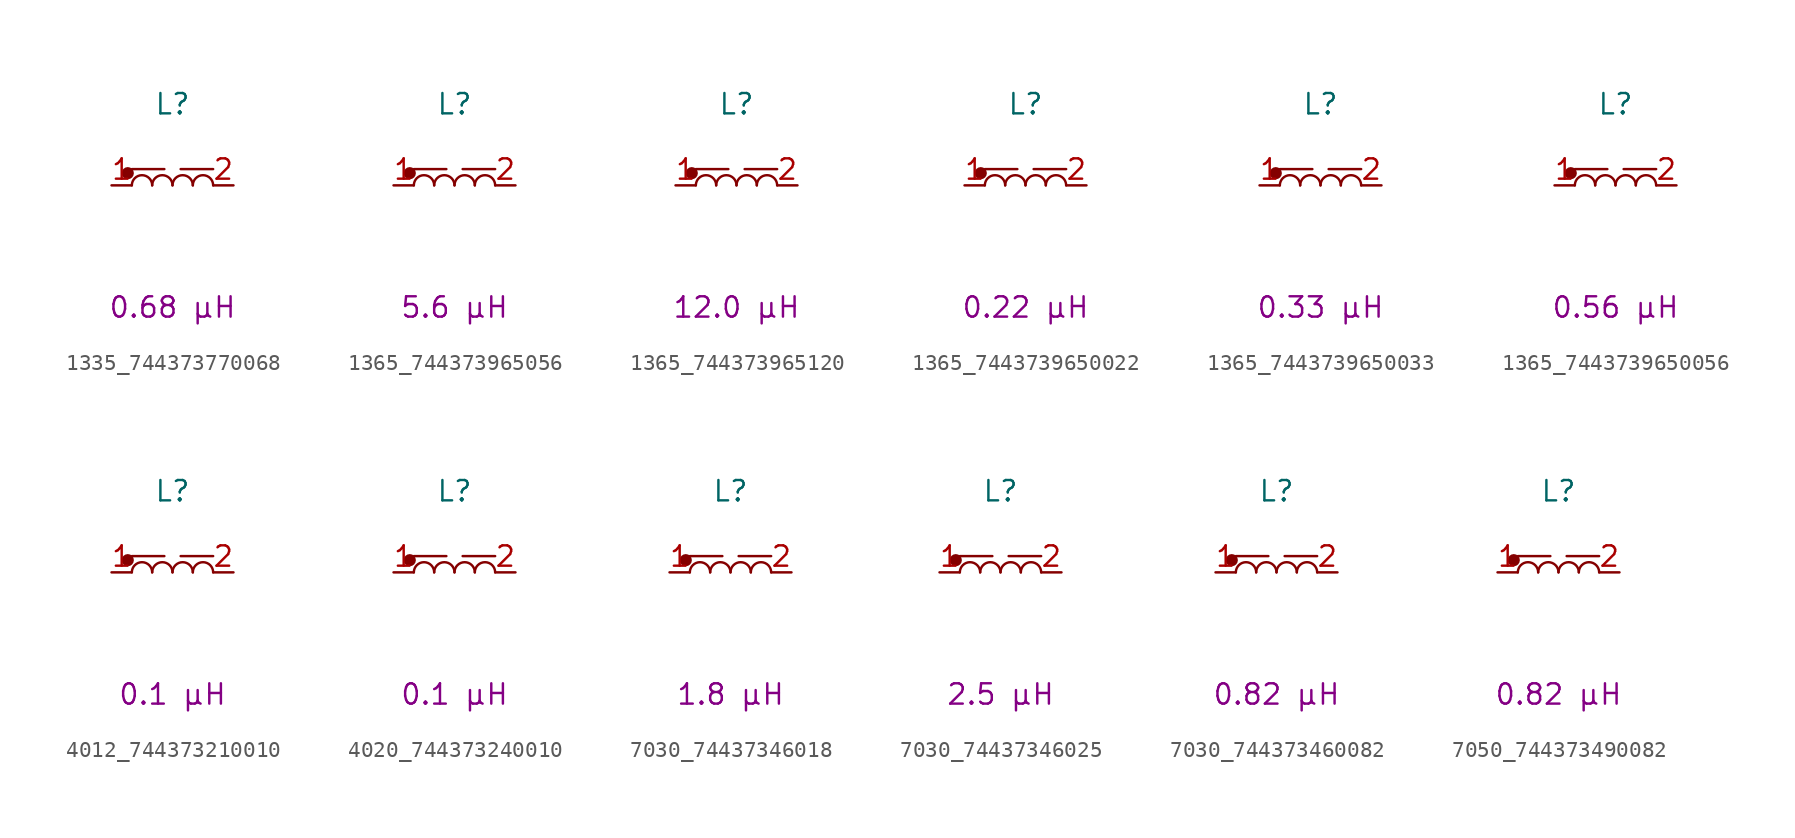
<source format=kicad_sym>
(kicad_symbol_lib
  (version 20220914)
  (generator kicad_symbol_editor)
  (symbol "1335_744373770068"
    (pin_names hide)
    (property "Reference" "L"
      (at 0 5.08 0)
      (effects (font (size 1.27 1.27))))
    (property "Critical Parameter" "0.68 µH"
      (at 0 -7.62 0)
      (effects (font (size 1.27 1.27))))
    (symbol "1335_744373770068_0_1"
      (arc (start -1.27 0) (mid -1.905 0.6323) (end -2.54 0) (stroke (width 0) (type default)) (fill (type none)))
      (arc (start 0 0) (mid -0.635 0.6323) (end -1.27 0) (stroke (width 0) (type default)) (fill (type none)))
      (polyline (pts (xy -2.54 1.016) (xy -0.508 1.016)) (stroke (width 0) (type default)) (fill (type none)))
      (arc (start 1.27 0) (mid 0.635 0.6323) (end 0 0) (stroke (width 0) (type default)) (fill (type none)))
      (arc (start 2.54 0) (mid 1.905 0.6323) (end 1.27 0) (stroke (width 0) (type default)) (fill (type none))))
    (symbol "1335_744373770068_1_1"
      (circle (center -2.794 0.762) (radius 0.0001) (stroke (width 0.381) (type default)) (fill (type none)))
      (polyline (pts (xy 2.54 1.016) (xy 0.508 1.016)) (stroke (width 0) (type default)) (fill (type none)))
      (pin passive line (at -3.81 0 0) (length 1.27) (name "1" (effects (font (size 1.27 1.27)))) (number "1" (effects (font (size 1.27 1.27)))))
      (pin passive line (at 3.81 0 180) (length 1.27) (name "2" (effects (font (size 1.27 1.27)))) (number "2" (effects (font (size 1.27 1.27)))))))
  (symbol "1365_744373965056"
    (pin_names hide)
    (property "Reference" "L"
      (at 0 5.08 0)
      (effects (font (size 1.27 1.27))))
    (property "Critical Parameter" "5.6 µH"
      (at 0 -7.62 0)
      (effects (font (size 1.27 1.27))))
    (symbol "1365_744373965056_0_1"
      (arc (start -1.27 0) (mid -1.905 0.6323) (end -2.54 0) (stroke (width 0) (type default)) (fill (type none)))
      (arc (start 0 0) (mid -0.635 0.6323) (end -1.27 0) (stroke (width 0) (type default)) (fill (type none)))
      (polyline (pts (xy -2.54 1.016) (xy -0.508 1.016)) (stroke (width 0) (type default)) (fill (type none)))
      (arc (start 1.27 0) (mid 0.635 0.6323) (end 0 0) (stroke (width 0) (type default)) (fill (type none)))
      (arc (start 2.54 0) (mid 1.905 0.6323) (end 1.27 0) (stroke (width 0) (type default)) (fill (type none))))
    (symbol "1365_744373965056_1_1"
      (circle (center -2.794 0.762) (radius 0.0001) (stroke (width 0.381) (type default)) (fill (type none)))
      (polyline (pts (xy 2.54 1.016) (xy 0.508 1.016)) (stroke (width 0) (type default)) (fill (type none)))
      (pin passive line (at -3.81 0 0) (length 1.27) (name "1" (effects (font (size 1.27 1.27)))) (number "1" (effects (font (size 1.27 1.27)))))
      (pin passive line (at 3.81 0 180) (length 1.27) (name "2" (effects (font (size 1.27 1.27)))) (number "2" (effects (font (size 1.27 1.27)))))))
  (symbol "1365_744373965120"
    (pin_names hide)
    (property "Reference" "L"
      (at 0 5.08 0)
      (effects (font (size 1.27 1.27))))
    (property "Critical Parameter" "12.0 µH"
      (at 0 -7.62 0)
      (effects (font (size 1.27 1.27))))
    (symbol "1365_744373965120_0_1"
      (arc (start -1.27 0) (mid -1.905 0.6323) (end -2.54 0) (stroke (width 0) (type default)) (fill (type none)))
      (arc (start 0 0) (mid -0.635 0.6323) (end -1.27 0) (stroke (width 0) (type default)) (fill (type none)))
      (polyline (pts (xy -2.54 1.016) (xy -0.508 1.016)) (stroke (width 0) (type default)) (fill (type none)))
      (arc (start 1.27 0) (mid 0.635 0.6323) (end 0 0) (stroke (width 0) (type default)) (fill (type none)))
      (arc (start 2.54 0) (mid 1.905 0.6323) (end 1.27 0) (stroke (width 0) (type default)) (fill (type none))))
    (symbol "1365_744373965120_1_1"
      (circle (center -2.794 0.762) (radius 0.0001) (stroke (width 0.381) (type default)) (fill (type none)))
      (polyline (pts (xy 2.54 1.016) (xy 0.508 1.016)) (stroke (width 0) (type default)) (fill (type none)))
      (pin passive line (at -3.81 0 0) (length 1.27) (name "1" (effects (font (size 1.27 1.27)))) (number "1" (effects (font (size 1.27 1.27)))))
      (pin passive line (at 3.81 0 180) (length 1.27) (name "2" (effects (font (size 1.27 1.27)))) (number "2" (effects (font (size 1.27 1.27)))))))
  (symbol "1365_7443739650022"
    (pin_names hide)
    (property "Reference" "L"
      (at 0 5.08 0)
      (effects (font (size 1.27 1.27))))
    (property "Critical Parameter" "0.22 µH"
      (at 0 -7.62 0)
      (effects (font (size 1.27 1.27))))
    (symbol "1365_7443739650022_0_1"
      (arc (start -1.27 0) (mid -1.905 0.6323) (end -2.54 0) (stroke (width 0) (type default)) (fill (type none)))
      (arc (start 0 0) (mid -0.635 0.6323) (end -1.27 0) (stroke (width 0) (type default)) (fill (type none)))
      (polyline (pts (xy -2.54 1.016) (xy -0.508 1.016)) (stroke (width 0) (type default)) (fill (type none)))
      (arc (start 1.27 0) (mid 0.635 0.6323) (end 0 0) (stroke (width 0) (type default)) (fill (type none)))
      (arc (start 2.54 0) (mid 1.905 0.6323) (end 1.27 0) (stroke (width 0) (type default)) (fill (type none))))
    (symbol "1365_7443739650022_1_1"
      (circle (center -2.794 0.762) (radius 0.0001) (stroke (width 0.381) (type default)) (fill (type none)))
      (polyline (pts (xy 2.54 1.016) (xy 0.508 1.016)) (stroke (width 0) (type default)) (fill (type none)))
      (pin passive line (at -3.81 0 0) (length 1.27) (name "1" (effects (font (size 1.27 1.27)))) (number "1" (effects (font (size 1.27 1.27)))))
      (pin passive line (at 3.81 0 180) (length 1.27) (name "2" (effects (font (size 1.27 1.27)))) (number "2" (effects (font (size 1.27 1.27)))))))
  (symbol "1365_7443739650033"
    (pin_names hide)
    (property "Reference" "L"
      (at 0 5.08 0)
      (effects (font (size 1.27 1.27))))
    (property "Critical Parameter" "0.33 µH"
      (at 0 -7.62 0)
      (effects (font (size 1.27 1.27))))
    (symbol "1365_7443739650033_0_1"
      (arc (start -1.27 0) (mid -1.905 0.6323) (end -2.54 0) (stroke (width 0) (type default)) (fill (type none)))
      (arc (start 0 0) (mid -0.635 0.6323) (end -1.27 0) (stroke (width 0) (type default)) (fill (type none)))
      (polyline (pts (xy -2.54 1.016) (xy -0.508 1.016)) (stroke (width 0) (type default)) (fill (type none)))
      (arc (start 1.27 0) (mid 0.635 0.6323) (end 0 0) (stroke (width 0) (type default)) (fill (type none)))
      (arc (start 2.54 0) (mid 1.905 0.6323) (end 1.27 0) (stroke (width 0) (type default)) (fill (type none))))
    (symbol "1365_7443739650033_1_1"
      (circle (center -2.794 0.762) (radius 0.0001) (stroke (width 0.381) (type default)) (fill (type none)))
      (polyline (pts (xy 2.54 1.016) (xy 0.508 1.016)) (stroke (width 0) (type default)) (fill (type none)))
      (pin passive line (at -3.81 0 0) (length 1.27) (name "1" (effects (font (size 1.27 1.27)))) (number "1" (effects (font (size 1.27 1.27)))))
      (pin passive line (at 3.81 0 180) (length 1.27) (name "2" (effects (font (size 1.27 1.27)))) (number "2" (effects (font (size 1.27 1.27)))))))
  (symbol "1365_7443739650056"
    (pin_names hide)
    (property "Reference" "L"
      (at 0 5.08 0)
      (effects (font (size 1.27 1.27))))
    (property "Critical Parameter" "0.56 µH"
      (at 0 -7.62 0)
      (effects (font (size 1.27 1.27))))
    (symbol "1365_7443739650056_0_1"
      (arc (start -1.27 0) (mid -1.905 0.6323) (end -2.54 0) (stroke (width 0) (type default)) (fill (type none)))
      (arc (start 0 0) (mid -0.635 0.6323) (end -1.27 0) (stroke (width 0) (type default)) (fill (type none)))
      (polyline (pts (xy -2.54 1.016) (xy -0.508 1.016)) (stroke (width 0) (type default)) (fill (type none)))
      (arc (start 1.27 0) (mid 0.635 0.6323) (end 0 0) (stroke (width 0) (type default)) (fill (type none)))
      (arc (start 2.54 0) (mid 1.905 0.6323) (end 1.27 0) (stroke (width 0) (type default)) (fill (type none))))
    (symbol "1365_7443739650056_1_1"
      (circle (center -2.794 0.762) (radius 0.0001) (stroke (width 0.381) (type default)) (fill (type none)))
      (polyline (pts (xy 2.54 1.016) (xy 0.508 1.016)) (stroke (width 0) (type default)) (fill (type none)))
      (pin passive line (at -3.81 0 0) (length 1.27) (name "1" (effects (font (size 1.27 1.27)))) (number "1" (effects (font (size 1.27 1.27)))))
      (pin passive line (at 3.81 0 180) (length 1.27) (name "2" (effects (font (size 1.27 1.27)))) (number "2" (effects (font (size 1.27 1.27)))))))
  (symbol "4012_744373210010"
    (pin_names hide)
    (property "Reference" "L"
      (at 0 5.08 0)
      (effects (font (size 1.27 1.27))))
    (property "Critical Parameter" "0.1 µH"
      (at 0 -7.62 0)
      (effects (font (size 1.27 1.27))))
    (symbol "4012_744373210010_0_1"
      (arc (start -1.27 0) (mid -1.905 0.6323) (end -2.54 0) (stroke (width 0) (type default)) (fill (type none)))
      (arc (start 0 0) (mid -0.635 0.6323) (end -1.27 0) (stroke (width 0) (type default)) (fill (type none)))
      (polyline (pts (xy -2.54 1.016) (xy -0.508 1.016)) (stroke (width 0) (type default)) (fill (type none)))
      (arc (start 1.27 0) (mid 0.635 0.6323) (end 0 0) (stroke (width 0) (type default)) (fill (type none)))
      (arc (start 2.54 0) (mid 1.905 0.6323) (end 1.27 0) (stroke (width 0) (type default)) (fill (type none))))
    (symbol "4012_744373210010_1_1"
      (circle (center -2.794 0.762) (radius 0.0001) (stroke (width 0.381) (type default)) (fill (type none)))
      (polyline (pts (xy 2.54 1.016) (xy 0.508 1.016)) (stroke (width 0) (type default)) (fill (type none)))
      (pin passive line (at -3.81 0 0) (length 1.27) (name "1" (effects (font (size 1.27 1.27)))) (number "1" (effects (font (size 1.27 1.27)))))
      (pin passive line (at 3.81 0 180) (length 1.27) (name "2" (effects (font (size 1.27 1.27)))) (number "2" (effects (font (size 1.27 1.27)))))))
  (symbol "4020_744373240010"
    (pin_names hide)
    (property "Reference" "L"
      (at 0 5.08 0)
      (effects (font (size 1.27 1.27))))
    (property "Critical Parameter" "0.1 µH"
      (at 0 -7.62 0)
      (effects (font (size 1.27 1.27))))
    (symbol "4020_744373240010_0_1"
      (arc (start -1.27 0) (mid -1.905 0.6323) (end -2.54 0) (stroke (width 0) (type default)) (fill (type none)))
      (arc (start 0 0) (mid -0.635 0.6323) (end -1.27 0) (stroke (width 0) (type default)) (fill (type none)))
      (polyline (pts (xy -2.54 1.016) (xy -0.508 1.016)) (stroke (width 0) (type default)) (fill (type none)))
      (arc (start 1.27 0) (mid 0.635 0.6323) (end 0 0) (stroke (width 0) (type default)) (fill (type none)))
      (arc (start 2.54 0) (mid 1.905 0.6323) (end 1.27 0) (stroke (width 0) (type default)) (fill (type none))))
    (symbol "4020_744373240010_1_1"
      (circle (center -2.794 0.762) (radius 0.0001) (stroke (width 0.381) (type default)) (fill (type none)))
      (polyline (pts (xy 2.54 1.016) (xy 0.508 1.016)) (stroke (width 0) (type default)) (fill (type none)))
      (pin passive line (at -3.81 0 0) (length 1.27) (name "1" (effects (font (size 1.27 1.27)))) (number "1" (effects (font (size 1.27 1.27)))))
      (pin passive line (at 3.81 0 180) (length 1.27) (name "2" (effects (font (size 1.27 1.27)))) (number "2" (effects (font (size 1.27 1.27)))))))
  (symbol "7030_74437346018"
    (pin_names hide)
    (property "Reference" "L"
      (at 0 5.08 0)
      (effects (font (size 1.27 1.27))))
    (property "Critical Parameter" "1.8 µH"
      (at 0 -7.62 0)
      (effects (font (size 1.27 1.27))))
    (symbol "7030_74437346018_0_1"
      (arc (start -1.27 0) (mid -1.905 0.6323) (end -2.54 0) (stroke (width 0) (type default)) (fill (type none)))
      (arc (start 0 0) (mid -0.635 0.6323) (end -1.27 0) (stroke (width 0) (type default)) (fill (type none)))
      (polyline (pts (xy -2.54 1.016) (xy -0.508 1.016)) (stroke (width 0) (type default)) (fill (type none)))
      (arc (start 1.27 0) (mid 0.635 0.6323) (end 0 0) (stroke (width 0) (type default)) (fill (type none)))
      (arc (start 2.54 0) (mid 1.905 0.6323) (end 1.27 0) (stroke (width 0) (type default)) (fill (type none))))
    (symbol "7030_74437346018_1_1"
      (circle (center -2.794 0.762) (radius 0.0001) (stroke (width 0.381) (type default)) (fill (type none)))
      (polyline (pts (xy 2.54 1.016) (xy 0.508 1.016)) (stroke (width 0) (type default)) (fill (type none)))
      (pin passive line (at -3.81 0 0) (length 1.27) (name "1" (effects (font (size 1.27 1.27)))) (number "1" (effects (font (size 1.27 1.27)))))
      (pin passive line (at 3.81 0 180) (length 1.27) (name "2" (effects (font (size 1.27 1.27)))) (number "2" (effects (font (size 1.27 1.27)))))))
  (symbol "7030_74437346025"
    (pin_names hide)
    (property "Reference" "L"
      (at 0 5.08 0)
      (effects (font (size 1.27 1.27))))
    (property "Critical Parameter" "2.5 µH"
      (at 0 -7.62 0)
      (effects (font (size 1.27 1.27))))
    (symbol "7030_74437346025_0_1"
      (arc (start -1.27 0) (mid -1.905 0.6323) (end -2.54 0) (stroke (width 0) (type default)) (fill (type none)))
      (arc (start 0 0) (mid -0.635 0.6323) (end -1.27 0) (stroke (width 0) (type default)) (fill (type none)))
      (polyline (pts (xy -2.54 1.016) (xy -0.508 1.016)) (stroke (width 0) (type default)) (fill (type none)))
      (arc (start 1.27 0) (mid 0.635 0.6323) (end 0 0) (stroke (width 0) (type default)) (fill (type none)))
      (arc (start 2.54 0) (mid 1.905 0.6323) (end 1.27 0) (stroke (width 0) (type default)) (fill (type none))))
    (symbol "7030_74437346025_1_1"
      (circle (center -2.794 0.762) (radius 0.0001) (stroke (width 0.381) (type default)) (fill (type none)))
      (polyline (pts (xy 2.54 1.016) (xy 0.508 1.016)) (stroke (width 0) (type default)) (fill (type none)))
      (pin passive line (at -3.81 0 0) (length 1.27) (name "1" (effects (font (size 1.27 1.27)))) (number "1" (effects (font (size 1.27 1.27)))))
      (pin passive line (at 3.81 0 180) (length 1.27) (name "2" (effects (font (size 1.27 1.27)))) (number "2" (effects (font (size 1.27 1.27)))))))
  (symbol "7030_744373460082"
    (pin_names hide)
    (property "Reference" "L"
      (at 0 5.08 0)
      (effects (font (size 1.27 1.27))))
    (property "Critical Parameter" "0.82 µH"
      (at 0 -7.62 0)
      (effects (font (size 1.27 1.27))))
    (symbol "7030_744373460082_0_1"
      (arc (start -1.27 0) (mid -1.905 0.6323) (end -2.54 0) (stroke (width 0) (type default)) (fill (type none)))
      (arc (start 0 0) (mid -0.635 0.6323) (end -1.27 0) (stroke (width 0) (type default)) (fill (type none)))
      (polyline (pts (xy -2.54 1.016) (xy -0.508 1.016)) (stroke (width 0) (type default)) (fill (type none)))
      (arc (start 1.27 0) (mid 0.635 0.6323) (end 0 0) (stroke (width 0) (type default)) (fill (type none)))
      (arc (start 2.54 0) (mid 1.905 0.6323) (end 1.27 0) (stroke (width 0) (type default)) (fill (type none))))
    (symbol "7030_744373460082_1_1"
      (circle (center -2.794 0.762) (radius 0.0001) (stroke (width 0.381) (type default)) (fill (type none)))
      (polyline (pts (xy 2.54 1.016) (xy 0.508 1.016)) (stroke (width 0) (type default)) (fill (type none)))
      (pin passive line (at -3.81 0 0) (length 1.27) (name "1" (effects (font (size 1.27 1.27)))) (number "1" (effects (font (size 1.27 1.27)))))
      (pin passive line (at 3.81 0 180) (length 1.27) (name "2" (effects (font (size 1.27 1.27)))) (number "2" (effects (font (size 1.27 1.27)))))))
  (symbol "7050_744373490082"
    (pin_names hide)
    (property "Reference" "L"
      (at 0 5.08 0)
      (effects (font (size 1.27 1.27))))
    (property "Critical Parameter" "0.82 µH"
      (at 0 -7.62 0)
      (effects (font (size 1.27 1.27))))
    (symbol "7050_744373490082_0_1"
      (arc (start -1.27 0) (mid -1.905 0.6323) (end -2.54 0) (stroke (width 0) (type default)) (fill (type none)))
      (arc (start 0 0) (mid -0.635 0.6323) (end -1.27 0) (stroke (width 0) (type default)) (fill (type none)))
      (polyline (pts (xy -2.54 1.016) (xy -0.508 1.016)) (stroke (width 0) (type default)) (fill (type none)))
      (arc (start 1.27 0) (mid 0.635 0.6323) (end 0 0) (stroke (width 0) (type default)) (fill (type none)))
      (arc (start 2.54 0) (mid 1.905 0.6323) (end 1.27 0) (stroke (width 0) (type default)) (fill (type none))))
    (symbol "7050_744373490082_1_1"
      (circle (center -2.794 0.762) (radius 0.0001) (stroke (width 0.381) (type default)) (fill (type none)))
      (polyline (pts (xy 2.54 1.016) (xy 0.508 1.016)) (stroke (width 0) (type default)) (fill (type none)))
      (pin passive line (at -3.81 0 0) (length 1.27) (name "1" (effects (font (size 1.27 1.27)))) (number "1" (effects (font (size 1.27 1.27)))))
      (pin passive line (at 3.81 0 180) (length 1.27) (name "2" (effects (font (size 1.27 1.27)))) (number "2" (effects (font (size 1.27 1.27))))))))
</source>
